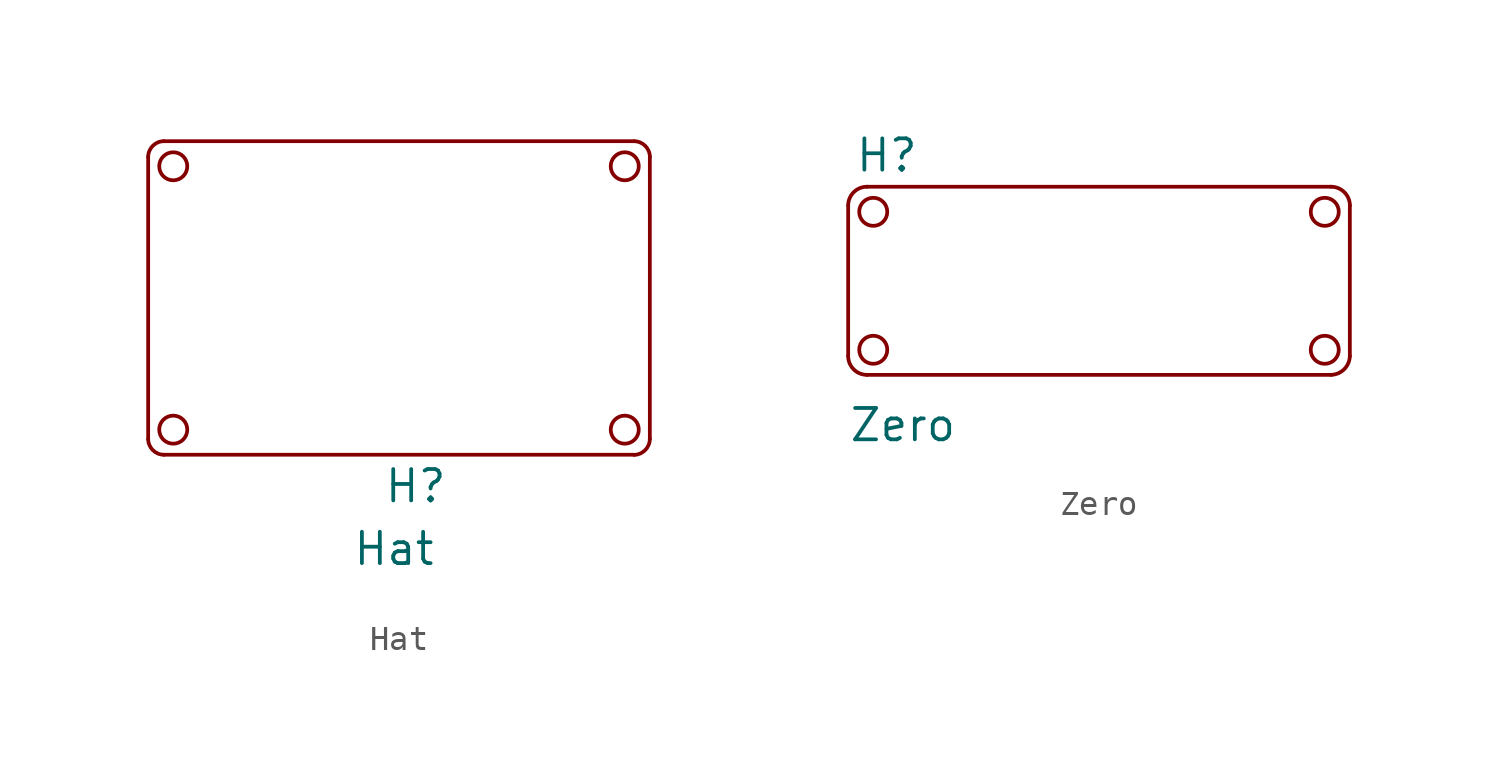
<source format=kicad_sym>
(kicad_symbol_lib
  (version 20231120)
  (generator "kicad_symbol_editor")
  (generator_version "8.0")
  (symbol "Hat"
    (property "Reference" "H"
      (at -0.635 -3.81 0)
      (effects (font (size 1.27 1.27)) (justify left)))
    (property "Value" "Hat"
      (at -1.905 -6.35 0)
      (effects (font (size 1.27 1.27)) (justify left)))
    (symbol "Hat_0_1"
      (arc (start -10.16 -1.905) (mid -9.9726 -2.3526) (end -9.525 -2.54) (stroke (width 0) (type default)) (fill (type none)))
      (arc (start -9.525 10.16) (mid -9.9726 9.9726) (end -10.16 9.525) (stroke (width 0) (type default)) (fill (type none)))
      (circle (center -9.144 -1.524) (radius 0.568) (stroke (width 0) (type default)) (fill (type none)))
      (circle (center -9.144 9.144) (radius 0.568) (stroke (width 0) (type default)) (fill (type none)))
      (polyline (pts (xy -10.16 9.525) (xy -10.16 -1.905)) (stroke (width 0) (type default)) (fill (type none)))
      (polyline (pts (xy -9.525 -2.54) (xy 9.525 -2.54)) (stroke (width 0) (type default)) (fill (type none)))
      (polyline (pts (xy -9.525 10.16) (xy 9.525 10.16)) (stroke (width 0) (type default)) (fill (type none)))
      (polyline (pts (xy 10.16 9.525) (xy 10.16 -1.905)) (stroke (width 0) (type default)) (fill (type none)))
      (circle (center 9.144 -1.524) (radius 0.568) (stroke (width 0) (type default)) (fill (type none)))
      (circle (center 9.144 9.144) (radius 0.568) (stroke (width 0) (type default)) (fill (type none)))
      (arc (start 9.525 -2.54) (mid 9.9689 -2.3489) (end 10.16 -1.905) (stroke (width 0) (type default)) (fill (type none)))
      (arc (start 10.16 9.525) (mid 9.9731 9.9731) (end 9.525 10.16) (stroke (width 0) (type default)) (fill (type none)))))
  (symbol "Zero"
    (property "Reference" "H"
      (at -9.906 6.35 0)
      (effects (font (size 1.27 1.27)) (justify left)))
    (property "Value" "Zero"
      (at -10.16 -4.572 0)
      (effects (font (size 1.27 1.27)) (justify left)))
    (symbol "Zero_0_1"
      (arc (start -10.16 -1.778) (mid -9.9368 -2.3168) (end -9.398 -2.54) (stroke (width 0) (type default)) (fill (type none)))
      (arc (start -9.398 5.08) (mid -9.9368 4.8568) (end -10.16 4.318) (stroke (width 0) (type default)) (fill (type none)))
      (circle (center -9.144 -1.524) (radius 0.568) (stroke (width 0) (type default)) (fill (type none)))
      (circle (center -9.144 4.064) (radius 0.568) (stroke (width 0) (type default)) (fill (type none)))
      (polyline (pts (xy -10.16 4.318) (xy -10.16 -1.778)) (stroke (width 0) (type default)) (fill (type none)))
      (polyline (pts (xy -9.398 -2.54) (xy 9.398 -2.54)) (stroke (width 0) (type default)) (fill (type none)))
      (polyline (pts (xy -9.398 5.08) (xy 9.398 5.08)) (stroke (width 0) (type default)) (fill (type none)))
      (polyline (pts (xy 10.16 4.318) (xy 10.16 -1.778)) (stroke (width 0) (type default)) (fill (type none)))
      (circle (center 9.144 -1.524) (radius 0.568) (stroke (width 0) (type default)) (fill (type none)))
      (circle (center 9.144 4.064) (radius 0.568) (stroke (width 0) (type default)) (fill (type none)))
      (arc (start 9.398 -2.54) (mid 9.9323 -2.3123) (end 10.16 -1.778) (stroke (width 0) (type default)) (fill (type none)))
      (arc (start 10.16 4.318) (mid 9.9359 4.8559) (end 9.398 5.08) (stroke (width 0) (type default)) (fill (type none))))))
</source>
